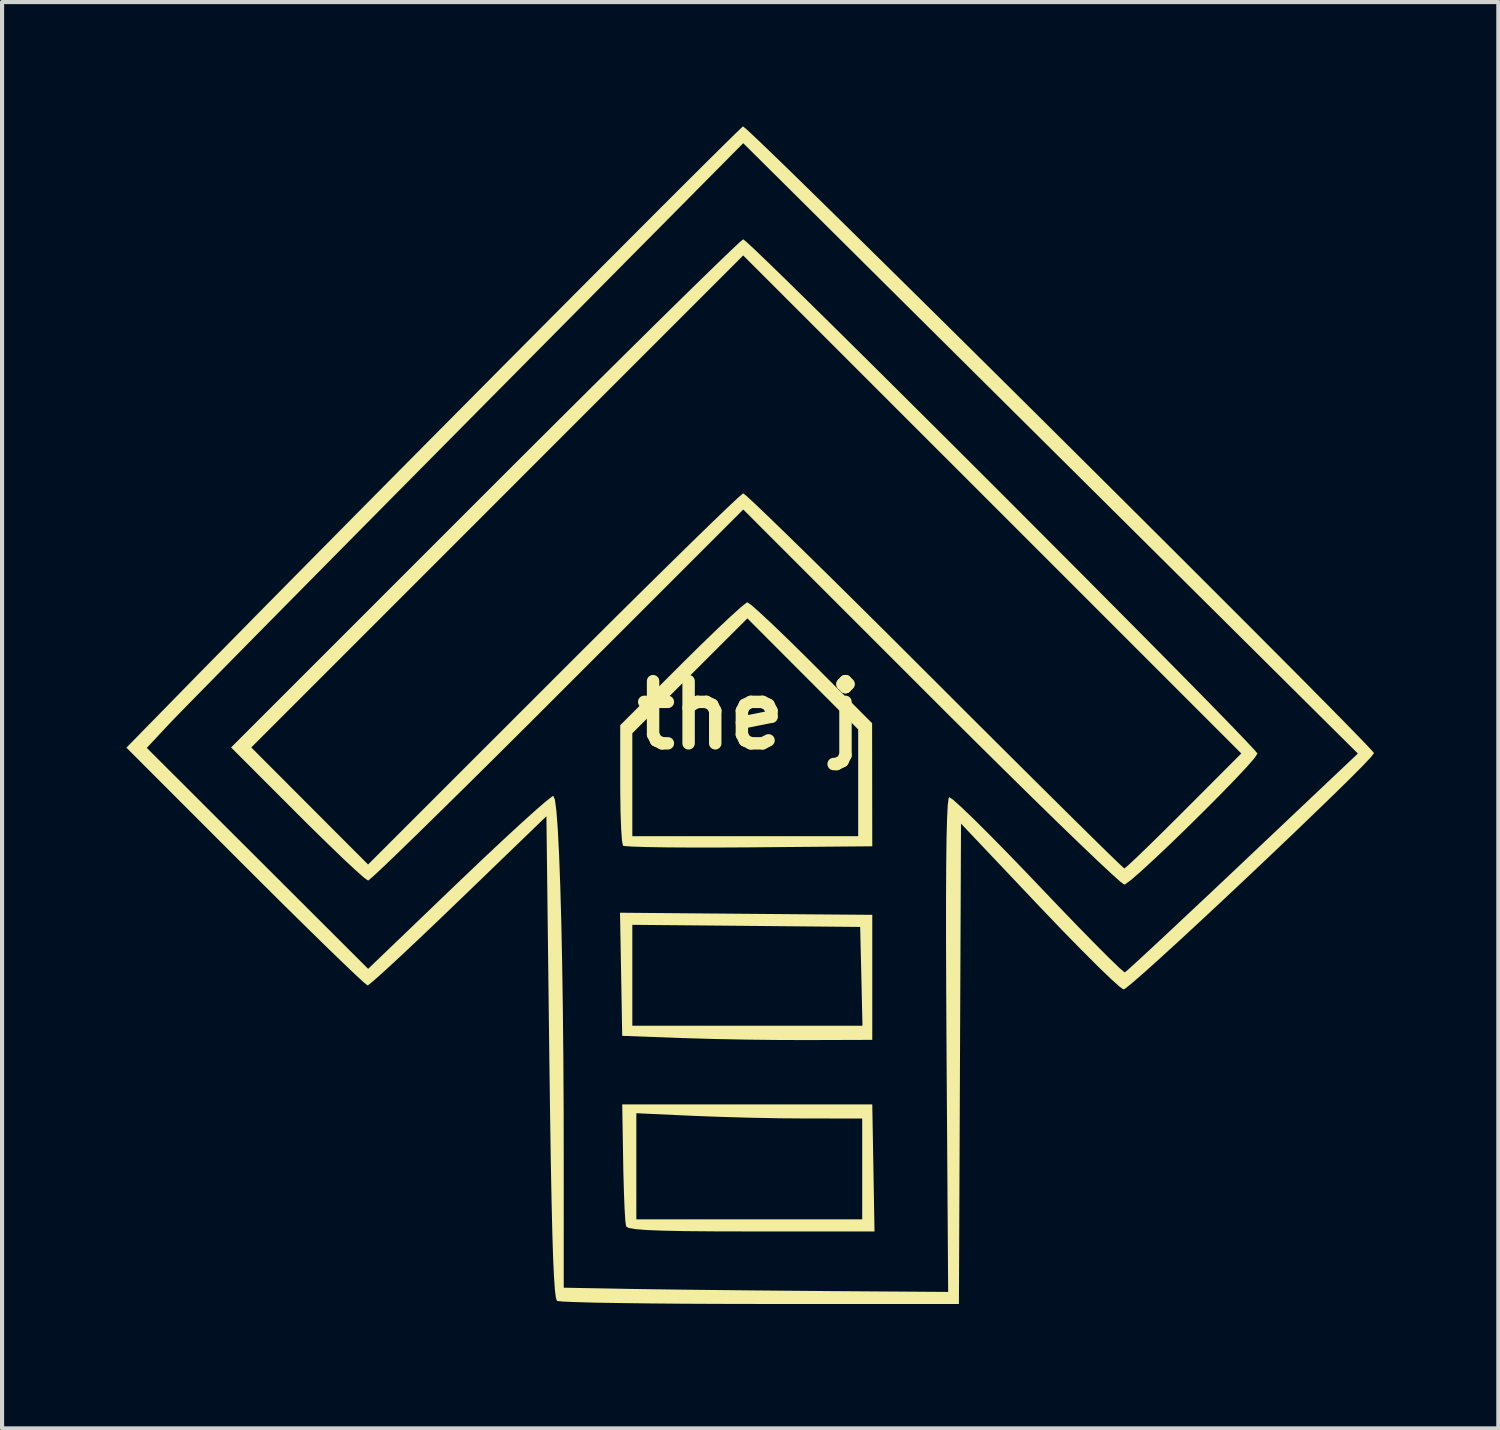
<source format=kicad_pcb>
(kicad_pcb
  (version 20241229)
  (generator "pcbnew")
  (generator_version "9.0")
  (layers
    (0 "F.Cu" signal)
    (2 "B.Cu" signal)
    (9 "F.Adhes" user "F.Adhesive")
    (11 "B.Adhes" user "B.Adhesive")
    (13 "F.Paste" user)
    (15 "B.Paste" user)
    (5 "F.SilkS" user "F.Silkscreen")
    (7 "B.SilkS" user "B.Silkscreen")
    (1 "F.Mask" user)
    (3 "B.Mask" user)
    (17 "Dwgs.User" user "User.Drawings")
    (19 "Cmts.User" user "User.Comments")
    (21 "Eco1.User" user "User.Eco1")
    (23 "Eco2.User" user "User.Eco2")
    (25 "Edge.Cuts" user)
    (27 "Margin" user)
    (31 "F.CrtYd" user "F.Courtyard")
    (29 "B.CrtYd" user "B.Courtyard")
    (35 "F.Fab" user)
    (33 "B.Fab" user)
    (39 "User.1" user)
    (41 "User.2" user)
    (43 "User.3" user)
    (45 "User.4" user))
  (footprint "the j"
    (layer "F.Cu")
    (at 15.03 14.208)
    (property "Reference" "the j" (at 0 0 0) (layer "F.SilkS") (effects (font (size 1.5 1.5) (thickness 0.3))))
    (attr board_only exclude_from_pos_files exclude_from_bom)
    (fp_poly (pts (xy -0.076 4.792) (xy 2.968 4.817) (xy 2.968 6.326) (xy 2.968 7.834) (xy 1.411 7.839) (xy 0.717 7.837) (xy -0.064 7.828) (xy -0.841 7.813) (xy -1.525 7.793) (xy -1.606 7.791) (xy -3.066 7.737) (xy -3.092 6.275) (xy -2.822 6.275) (xy -2.822 7.493) (xy -0.046 7.493) (xy 2.731 7.493) (xy 2.704 6.301) (xy 2.676 5.109) (xy -0.073 5.083) (xy -2.822 5.058) (xy -2.822 6.275) (xy -3.092 6.275) (xy -3.092 6.251) (xy -3.119 4.766)) (stroke (width 0) (type solid)) (fill yes) (layer "F.SilkS"))
    (fp_poly (pts (xy 2.995 10.924) (xy 3.022 12.457) (xy 0.048 12.457) (xy -0.837 12.455) (xy -1.543 12.449) (xy -2.087 12.438) (xy -2.486 12.422) (xy -2.756 12.4) (xy -2.912 12.372) (xy -2.972 12.336) (xy -2.972 12.335) (xy -2.991 12.198) (xy -3.009 11.905) (xy -3.025 11.494) (xy -3.039 11.002) (xy -3.041 10.884) (xy -2.725 10.884) (xy -2.725 12.165) (xy 0 12.165) (xy 2.725 12.165) (xy 2.725 10.948) (xy 2.725 9.732) (xy 1.387 9.731) (xy 0.738 9.726) (xy -0.007 9.712) (xy -0.753 9.69) (xy -1.338 9.668) (xy -2.725 9.604) (xy -2.725 10.884) (xy -3.041 10.884) (xy -3.042 10.802) (xy -3.066 9.391) (xy -0.049 9.391) (xy 2.968 9.391)) (stroke (width 0) (type solid)) (fill yes) (layer "F.SilkS"))
    (fp_poly (pts (xy 0.049 -2.659) (xy 0.258 -2.474) (xy 0.561 -2.192) (xy 0.936 -1.831) (xy 1.361 -1.412) (xy 1.508 -1.266) (xy 2.964 0.193) (xy 2.966 1.678) (xy 2.968 3.163) (xy -0.007 3.189) (xy -0.749 3.193) (xy -1.428 3.193) (xy -2.019 3.189) (xy -2.499 3.181) (xy -2.842 3.169) (xy -3.025 3.155) (xy -3.048 3.148) (xy -3.071 3.032) (xy -3.091 2.758) (xy -3.106 2.361) (xy -3.113 1.879) (xy -3.114 1.661) (xy -3.114 0.435) (xy -2.822 0.435) (xy -2.822 1.677) (xy -2.822 2.92) (xy -0.097 2.92) (xy 2.628 2.92) (xy 2.628 1.631) (xy 2.628 0.343) (xy 1.291 -0.996) (xy -0.046 -2.336) (xy -1.434 -0.95) (xy -2.822 0.435) (xy -3.114 0.435) (xy -3.114 0.241) (xy -1.629 -1.242) (xy -1.188 -1.678) (xy -0.789 -2.064) (xy -0.455 -2.379) (xy -0.208 -2.602) (xy -0.067 -2.715) (xy -0.046 -2.725)) (stroke (width 0) (type solid)) (fill yes) (layer "F.SilkS"))
    (fp_poly (pts (xy -0.063 -11.416) (xy 0.145 -11.223) (xy 0.466 -10.915) (xy 0.889 -10.504) (xy 1.4 -10.003) (xy 1.989 -9.423) (xy 2.643 -8.776) (xy 3.35 -8.074) (xy 4.099 -7.329) (xy 4.878 -6.554) (xy 5.674 -5.759) (xy 6.476 -4.957) (xy 7.271 -4.16) (xy 8.049 -3.38) (xy 8.796 -2.628) (xy 9.502 -1.917) (xy 10.153 -1.258) (xy 10.739 -0.664) (xy 11.247 -0.146) (xy 11.665 0.284) (xy 11.981 0.614) (xy 12.184 0.831) (xy 12.262 0.924) (xy 12.262 0.926) (xy 12.195 1.03) (xy 12.01 1.243) (xy 11.731 1.54) (xy 11.384 1.898) (xy 10.992 2.292) (xy 10.58 2.699) (xy 10.172 3.095) (xy 9.792 3.454) (xy 9.466 3.754) (xy 9.218 3.971) (xy 9.071 4.079) (xy 9.049 4.087) (xy 8.957 4.02) (xy 8.74 3.826) (xy 8.409 3.517) (xy 7.976 3.104) (xy 7.453 2.599) (xy 6.852 2.012) (xy 6.185 1.356) (xy 5.463 0.642) (xy 4.698 -0.119) (xy 4.379 -0.438) (xy -0.145 -4.963) (xy -4.623 -0.487) (xy -5.396 0.285) (xy -6.13 1.015) (xy -6.813 1.691) (xy -7.434 2.302) (xy -7.979 2.837) (xy -8.439 3.284) (xy -8.8 3.631) (xy -9.052 3.867) (xy -9.183 3.981) (xy -9.198 3.99) (xy -9.292 3.924) (xy -9.502 3.738) (xy -9.808 3.453) (xy -10.188 3.086) (xy -10.624 2.659) (xy -10.9 2.384) (xy -12.504 0.778) (xy -12.504 0.778) (xy -12.017 0.778) (xy -10.608 2.19) (xy -9.198 3.602) (xy -4.72 -0.875) (xy -3.947 -1.647) (xy -3.213 -2.377) (xy -2.53 -3.053) (xy -1.909 -3.665) (xy -1.364 -4.199) (xy -0.904 -4.646) (xy -0.543 -4.993) (xy -0.291 -5.23) (xy -0.16 -5.344) (xy -0.145 -5.352) (xy -0.061 -5.285) (xy 0.148 -5.092) (xy 0.471 -4.783) (xy 0.897 -4.37) (xy 1.414 -3.865) (xy 2.009 -3.28) (xy 2.672 -2.624) (xy 3.391 -1.911) (xy 4.153 -1.15) (xy 4.477 -0.827) (xy 5.253 -0.051) (xy 5.989 0.682) (xy 6.673 1.363) (xy 7.293 1.978) (xy 7.838 2.518) (xy 8.296 2.97) (xy 8.656 3.323) (xy 8.907 3.565) (xy 9.036 3.686) (xy 9.051 3.698) (xy 9.132 3.632) (xy 9.329 3.449) (xy 9.619 3.169) (xy 9.983 2.812) (xy 10.398 2.4) (xy 10.487 2.311) (xy 11.872 0.923) (xy 5.863 -5.086) (xy -0.147 -11.094) (xy -6.082 -5.158) (xy -12.017 0.778) (xy -12.504 0.778) (xy -6.374 -5.353) (xy -5.467 -6.259) (xy -4.598 -7.125) (xy -3.777 -7.941) (xy -3.015 -8.696) (xy -2.321 -9.382) (xy -1.705 -9.988) (xy -1.177 -10.505) (xy -0.747 -10.923) (xy -0.425 -11.232) (xy -0.222 -11.422) (xy -0.146 -11.484)) (stroke (width 0) (type solid)) (fill yes) (layer "F.SilkS"))
    (fp_poly (pts (xy -0.069 -14.141) (xy 0.139 -13.947) (xy 0.463 -13.637) (xy 0.892 -13.222) (xy 1.415 -12.711) (xy 2.021 -12.117) (xy 2.7 -11.449) (xy 3.441 -10.719) (xy 4.233 -9.937) (xy 5.066 -9.114) (xy 5.928 -8.26) (xy 6.809 -7.386) (xy 7.697 -6.504) (xy 8.583 -5.623) (xy 9.455 -4.755) (xy 10.303 -3.91) (xy 11.115 -3.099) (xy 11.882 -2.332) (xy 12.591 -1.621) (xy 13.234 -0.976) (xy 13.797 -0.407) (xy 14.272 0.074) (xy 14.646 0.457) (xy 14.91 0.731) (xy 15.052 0.885) (xy 15.075 0.915) (xy 15.003 1.009) (xy 14.807 1.217) (xy 14.504 1.522) (xy 14.111 1.908) (xy 13.647 2.357) (xy 13.131 2.853) (xy 12.58 3.378) (xy 12.012 3.915) (xy 11.445 4.448) (xy 10.898 4.958) (xy 10.388 5.43) (xy 9.933 5.846) (xy 9.552 6.189) (xy 9.262 6.442) (xy 9.082 6.588) (xy 9.032 6.618) (xy 8.933 6.549) (xy 8.72 6.357) (xy 8.41 6.058) (xy 8.022 5.67) (xy 7.574 5.213) (xy 7.085 4.702) (xy 7.004 4.617) (xy 5.109 2.616) (xy 5.084 8.412) (xy 5.059 14.208) (xy 0.267 14.207) (xy -0.683 14.205) (xy -1.575 14.201) (xy -2.389 14.194) (xy -3.108 14.185) (xy -3.711 14.175) (xy -4.179 14.162) (xy -4.493 14.149) (xy -4.635 14.135) (xy -4.64 14.133) (xy -4.666 14.06) (xy -4.69 13.87) (xy -4.712 13.554) (xy -4.733 13.102) (xy -4.752 12.505) (xy -4.77 11.752) (xy -4.788 10.836) (xy -4.805 9.744) (xy -4.822 8.47) (xy -4.825 8.249) (xy -4.895 2.438) (xy -7.01 4.479) (xy -7.542 4.99) (xy -8.03 5.454) (xy -8.457 5.855) (xy -8.805 6.176) (xy -9.056 6.4) (xy -9.192 6.511) (xy -9.21 6.52) (xy -9.295 6.454) (xy -9.502 6.263) (xy -9.817 5.963) (xy -10.225 5.568) (xy -10.71 5.093) (xy -11.26 4.551) (xy -11.857 3.957) (xy -12.163 3.652) (xy -15.024 0.789) (xy -14.538 0.789) (xy -11.867 3.455) (xy -9.197 6.12) (xy -7.023 4.033) (xy -6.481 3.517) (xy -5.981 3.047) (xy -5.54 2.64) (xy -5.177 2.312) (xy -4.909 2.08) (xy -4.755 1.96) (xy -4.728 1.946) (xy -4.689 2.042) (xy -4.653 2.319) (xy -4.62 2.766) (xy -4.589 3.37) (xy -4.561 4.118) (xy -4.536 4.999) (xy -4.515 5.999) (xy -4.498 7.106) (xy -4.486 8.308) (xy -4.479 9.592) (xy -4.477 10.816) (xy -4.477 13.814) (xy -2.847 13.844) (xy -2.313 13.852) (xy -1.628 13.861) (xy -0.836 13.87) (xy 0.019 13.879) (xy 0.894 13.887) (xy 1.744 13.894) (xy 1.791 13.895) (xy 4.799 13.916) (xy 4.759 7.964) (xy 4.752 6.599) (xy 4.748 5.424) (xy 4.748 4.431) (xy 4.752 3.615) (xy 4.76 2.97) (xy 4.773 2.491) (xy 4.789 2.171) (xy 4.81 2.005) (xy 4.824 1.977) (xy 4.914 2.036) (xy 5.12 2.221) (xy 5.425 2.513) (xy 5.811 2.898) (xy 6.261 3.356) (xy 6.758 3.872) (xy 6.962 4.086) (xy 7.471 4.62) (xy 7.938 5.104) (xy 8.345 5.52) (xy 8.677 5.853) (xy 8.916 6.084) (xy 9.046 6.197) (xy 9.063 6.205) (xy 9.146 6.135) (xy 9.355 5.945) (xy 9.674 5.65) (xy 10.088 5.265) (xy 10.58 4.803) (xy 11.136 4.281) (xy 11.74 3.711) (xy 11.908 3.552) (xy 14.685 0.925) (xy 7.269 -6.439) (xy -0.146 -13.803) (xy -6.814 -7.072) (xy -7.771 -6.105) (xy -8.698 -5.169) (xy -9.584 -4.273) (xy -10.419 -3.428) (xy -11.193 -2.645) (xy -11.895 -1.933) (xy -12.516 -1.303) (xy -13.044 -0.766) (xy -13.47 -0.332) (xy -13.784 -0.011) (xy -13.974 0.186) (xy -14.01 0.224) (xy -14.538 0.789) (xy -15.024 0.789) (xy -15.03 0.783) (xy -13.816 -0.457) (xy -13.235 -1.051) (xy -12.578 -1.718) (xy -11.858 -2.45) (xy -11.084 -3.234) (xy -10.268 -4.06) (xy -9.42 -4.918) (xy -8.55 -5.796) (xy -7.67 -6.684) (xy -6.79 -7.57) (xy -5.922 -8.445) (xy -5.074 -9.297) (xy -4.26 -10.116) (xy -3.488 -10.891) (xy -2.77 -11.611) (xy -2.117 -12.265) (xy -1.539 -12.842) (xy -1.047 -13.332) (xy -0.651 -13.724) (xy -0.363 -14.007) (xy -0.193 -14.171) (xy -0.15 -14.208)) (stroke (width 0) (type solid)) (fill yes) (layer "F.SilkS")))
  (gr_rect
    (start -3 -3)
    (end 33.105 31.417)
    (stroke (width 0.1) (type default))
    (fill no)
    (layer "Edge.Cuts")))
</source>
